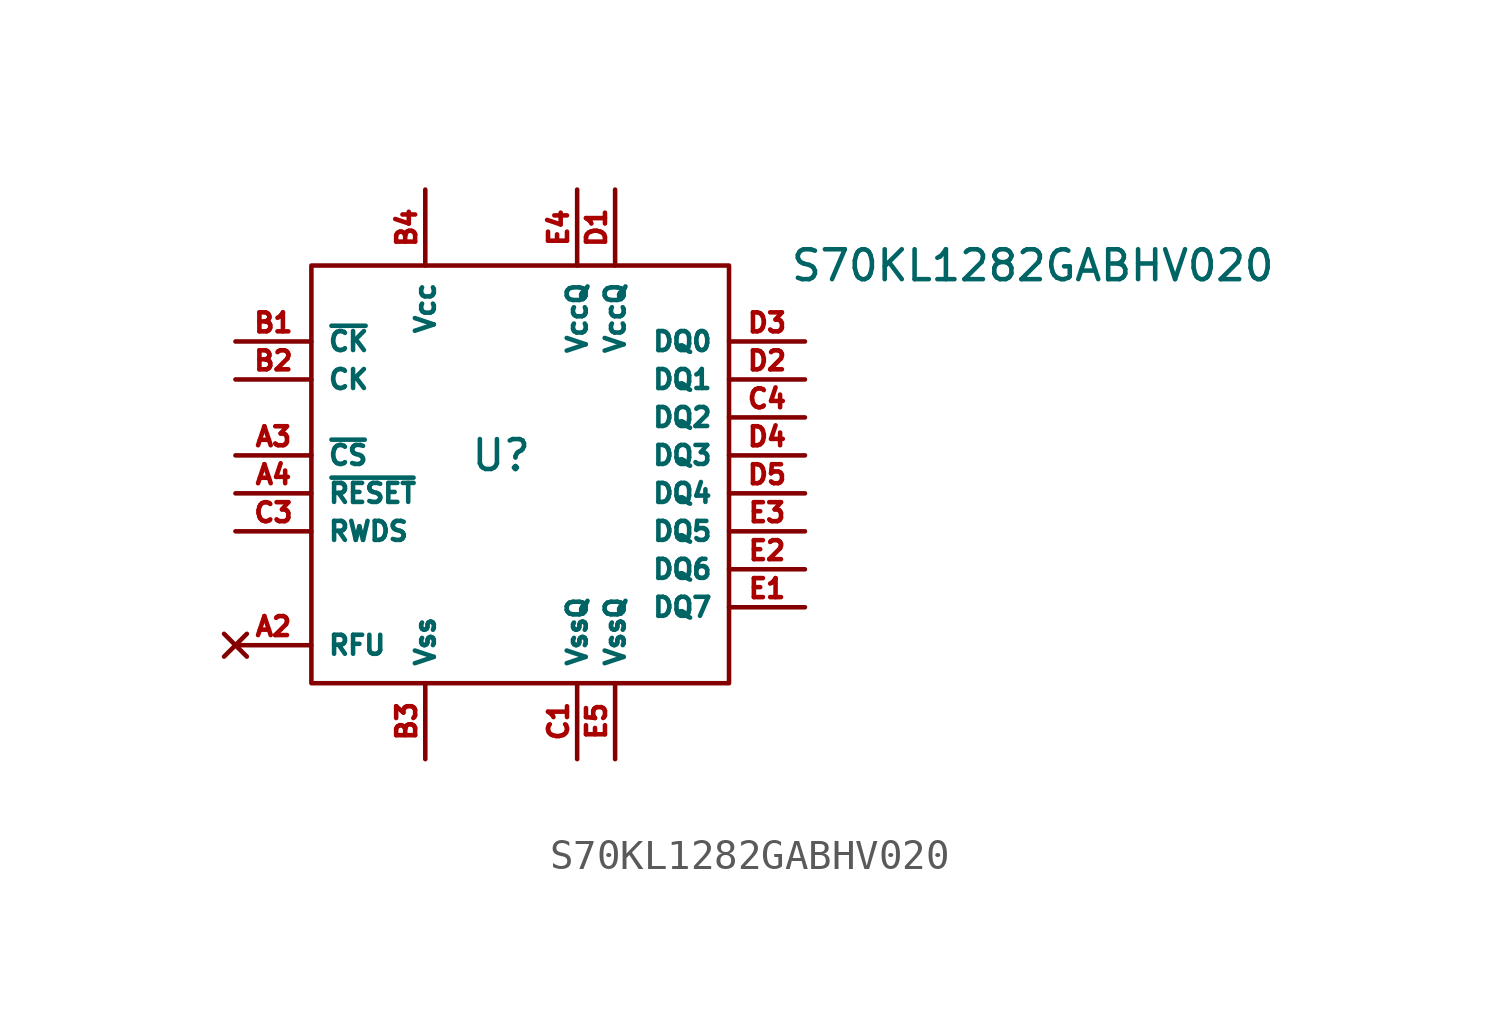
<source format=kicad_sym>
(kicad_symbol_lib
  (version 20220914)
  (generator kicad_symbol_editor)
  (symbol "S70KL1282GABHV020"
    (property "Reference" "U"
      (at 0 0 0)
      (effects (font (size 1 1))))
    (property "Value" "S70KL1282GABHV020"
      (at 17.78 6.35 0)
      (effects (font (size 1 1))))
    (symbol "S70KL1282GABHV020_0_1"
      (rectangle (start -6.35 6.35) (end 7.62 -7.62) (stroke (width 0) (type default)) (fill (type none))))
    (symbol "S70KL1282GABHV020_1_1"
      (pin no_connect line (at -8.89 -6.35 0) (length 2.54) (name "RFU" (effects (font (size 0.635 0.635)))) (number "A2" (effects (font (size 0.635 0.635)))))
      (pin input line (at -8.89 0 0) (length 2.54) (name "~{CS}" (effects (font (size 0.635 0.635)))) (number "A3" (effects (font (size 0.635 0.635)))))
      (pin input line (at -8.89 -1.27 0) (length 2.54) (name "~{RESET}" (effects (font (size 0.635 0.635)))) (number "A4" (effects (font (size 0.635 0.635)))))
      (pin no_connect line (at -8.89 -6.35 0) (length 2.54) hide (name "RFU" (effects (font (size 0.635 0.635)))) (number "A5" (effects (font (size 0.635 0.635)))))
      (pin input line (at -8.89 3.81 0) (length 2.54) (name "~{CK}" (effects (font (size 0.635 0.635)))) (number "B1" (effects (font (size 0.635 0.635)))))
      (pin input line (at -8.89 2.54 0) (length 2.54) (name "CK" (effects (font (size 0.635 0.635)))) (number "B2" (effects (font (size 0.635 0.635)))))
      (pin power_in line (at -2.54 -10.16 90) (length 2.54) (name "Vss" (effects (font (size 0.635 0.635)))) (number "B3" (effects (font (size 0.635 0.635)))))
      (pin power_in line (at -2.54 8.89 270) (length 2.54) (name "Vcc" (effects (font (size 0.635 0.635)))) (number "B4" (effects (font (size 0.635 0.635)))))
      (pin no_connect line (at -8.89 -6.35 0) (length 2.54) hide (name "RFU" (effects (font (size 0.635 0.635)))) (number "B5" (effects (font (size 0.635 0.635)))))
      (pin power_in line (at 2.54 -10.16 90) (length 2.54) (name "VssQ" (effects (font (size 0.635 0.635)))) (number "C1" (effects (font (size 0.635 0.635)))))
      (pin no_connect line (at -8.89 -6.35 0) (length 2.54) hide (name "RFU" (effects (font (size 0.635 0.635)))) (number "C2" (effects (font (size 0.635 0.635)))))
      (pin bidirectional line (at -8.89 -2.54 0) (length 2.54) (name "RWDS" (effects (font (size 0.635 0.635)))) (number "C3" (effects (font (size 0.635 0.635)))))
      (pin bidirectional line (at 10.16 1.27 180) (length 2.54) (name "DQ2" (effects (font (size 0.635 0.635)))) (number "C4" (effects (font (size 0.635 0.635)))))
      (pin no_connect line (at -8.89 -6.35 0) (length 2.54) hide (name "RFU" (effects (font (size 0.635 0.635)))) (number "C5" (effects (font (size 0.635 0.635)))))
      (pin power_in line (at 3.81 8.89 270) (length 2.54) (name "VccQ" (effects (font (size 0.635 0.635)))) (number "D1" (effects (font (size 0.635 0.635)))))
      (pin bidirectional line (at 10.16 2.54 180) (length 2.54) (name "DQ1" (effects (font (size 0.635 0.635)))) (number "D2" (effects (font (size 0.635 0.635)))))
      (pin bidirectional line (at 10.16 3.81 180) (length 2.54) (name "DQ0" (effects (font (size 0.635 0.635)))) (number "D3" (effects (font (size 0.635 0.635)))))
      (pin bidirectional line (at 10.16 0 180) (length 2.54) (name "DQ3" (effects (font (size 0.635 0.635)))) (number "D4" (effects (font (size 0.635 0.635)))))
      (pin bidirectional line (at 10.16 -1.27 180) (length 2.54) (name "DQ4" (effects (font (size 0.635 0.635)))) (number "D5" (effects (font (size 0.635 0.635)))))
      (pin bidirectional line (at 10.16 -5.08 180) (length 2.54) (name "DQ7" (effects (font (size 0.635 0.635)))) (number "E1" (effects (font (size 0.635 0.635)))))
      (pin bidirectional line (at 10.16 -3.81 180) (length 2.54) (name "DQ6" (effects (font (size 0.635 0.635)))) (number "E2" (effects (font (size 0.635 0.635)))))
      (pin bidirectional line (at 10.16 -2.54 180) (length 2.54) (name "DQ5" (effects (font (size 0.635 0.635)))) (number "E3" (effects (font (size 0.635 0.635)))))
      (pin power_in line (at 2.54 8.89 270) (length 2.54) (name "VccQ" (effects (font (size 0.635 0.635)))) (number "E4" (effects (font (size 0.635 0.635)))))
      (pin power_in line (at 3.81 -10.16 90) (length 2.54) (name "VssQ" (effects (font (size 0.635 0.635)))) (number "E5" (effects (font (size 0.635 0.635))))))))
</source>
